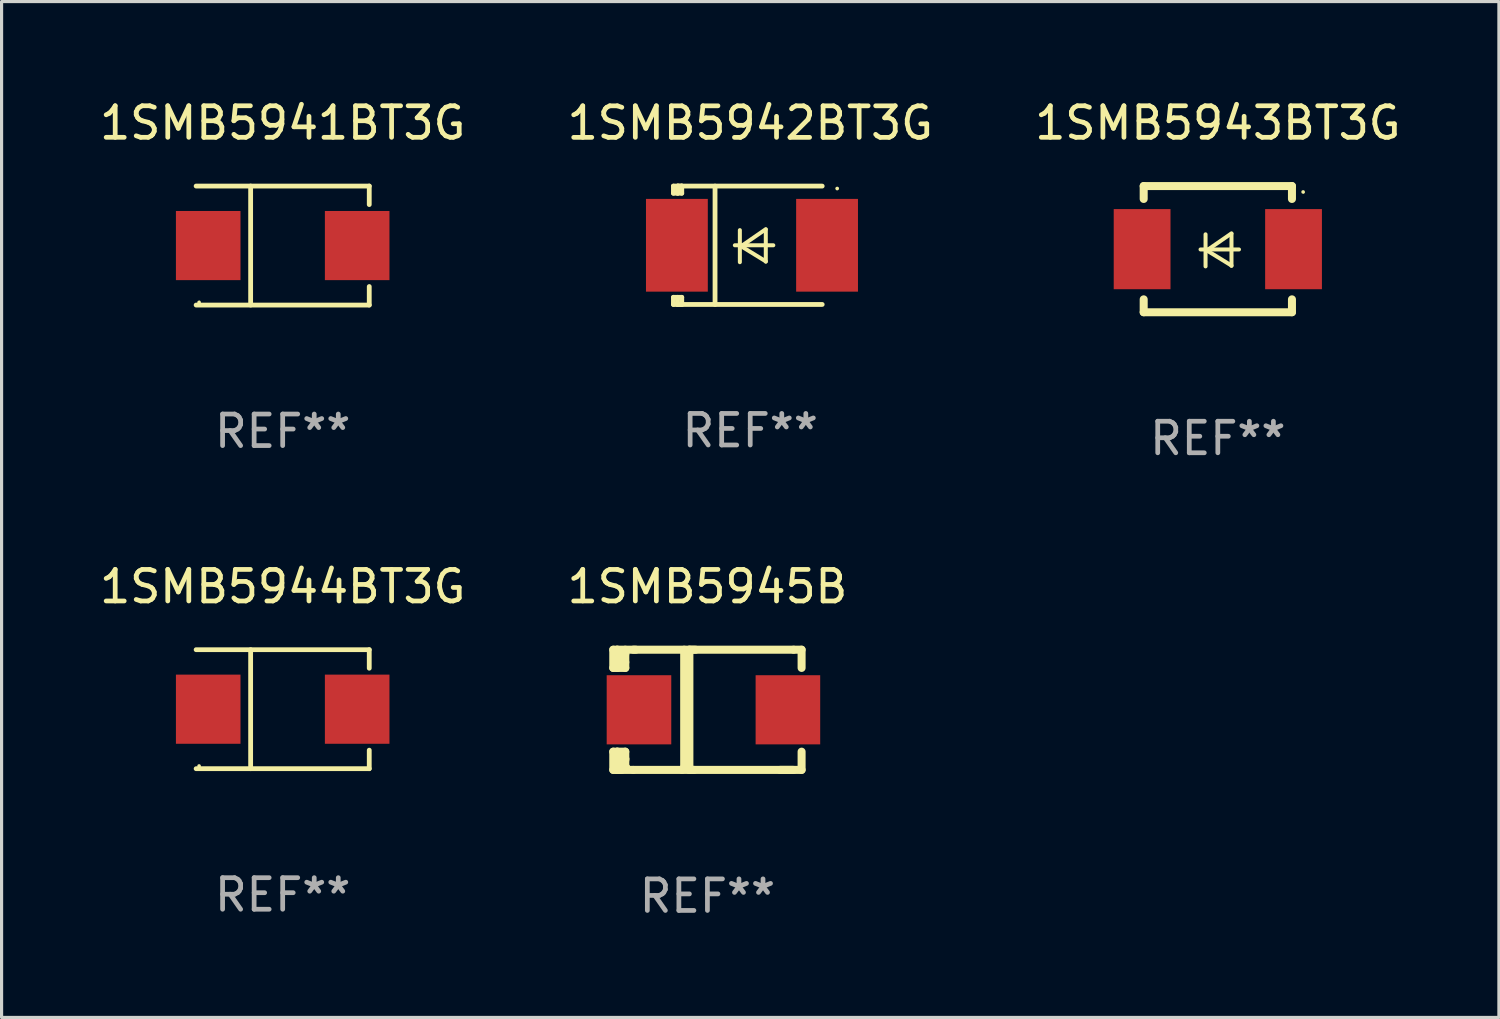
<source format=kicad_pcb>
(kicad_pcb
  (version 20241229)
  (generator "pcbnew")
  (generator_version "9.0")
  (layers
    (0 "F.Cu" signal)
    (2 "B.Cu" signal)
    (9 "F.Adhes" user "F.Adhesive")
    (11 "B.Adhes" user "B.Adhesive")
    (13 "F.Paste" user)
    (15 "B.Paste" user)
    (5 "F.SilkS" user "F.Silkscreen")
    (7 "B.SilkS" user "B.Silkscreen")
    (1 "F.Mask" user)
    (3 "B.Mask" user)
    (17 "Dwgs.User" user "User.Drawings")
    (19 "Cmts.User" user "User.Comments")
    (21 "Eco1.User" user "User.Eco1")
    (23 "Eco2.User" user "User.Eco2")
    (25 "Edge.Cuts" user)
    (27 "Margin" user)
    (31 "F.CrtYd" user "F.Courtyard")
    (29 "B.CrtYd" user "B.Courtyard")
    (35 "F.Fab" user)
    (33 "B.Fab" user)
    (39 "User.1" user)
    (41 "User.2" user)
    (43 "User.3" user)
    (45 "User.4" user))
  (footprint "1SMB5943BT3G"
    (layer "F.Cu")
    (at 35.554 4.848)
    (property "Reference" "1SMB5943BT3G" (at 0 -4 0) (layer "F.SilkS") (effects (font (size 1 1) (thickness 0.15))))
    (attr through_hole)
    (fp_line (start -2.35 -2) (end -2.35 -1.591) (stroke (width 0.254) (type solid)) (layer "F.SilkS"))
    (fp_line (start -2.35 -2) (end 2.35 -2) (stroke (width 0.254) (type solid)) (layer "F.SilkS"))
    (fp_line (start -2.35 1.591) (end -2.35 2) (stroke (width 0.254) (type solid)) (layer "F.SilkS"))
    (fp_line (start -2.35 2) (end 2.35 2) (stroke (width 0.254) (type solid)) (layer "F.SilkS"))
    (fp_line (start -0.548 0.01) (end 0.671 0.01) (stroke (width 0.127) (type solid)) (layer "F.SilkS"))
    (fp_line (start -0.389 -0.47) (end -0.389 0.546) (stroke (width 0.127) (type solid)) (layer "F.SilkS"))
    (fp_line (start -0.35 0.04) (end 0.433 0.52) (stroke (width 0.127) (type solid)) (layer "F.SilkS"))
    (fp_line (start 0.433 -0.5) (end -0.35 0.04) (stroke (width 0.127) (type solid)) (layer "F.SilkS"))
    (fp_line (start 0.433 0.53) (end 0.433 -0.486) (stroke (width 0.127) (type solid)) (layer "F.SilkS"))
    (fp_line (start 2.35 -2) (end 2.35 -1.591) (stroke (width 0.254) (type solid)) (layer "F.SilkS"))
    (fp_line (start 2.35 1.591) (end 2.35 2) (stroke (width 0.254) (type solid)) (layer "F.SilkS"))
    (fp_circle (center 2.704 -1.813) (end 2.734 -1.813) (stroke (width 0.06) (type solid)) (fill no) (layer "F.SilkS"))
    (fp_text user "REF**" (at 0 6 0) (layer "F.Fab") (effects (font (size 1 1) (thickness 0.15))))
    (pad "1" smd rect (at 2.4 0) (size 1.8 2.54) (layers "F.Cu" "F.Mask" "F.Paste"))
    (pad "2" smd rect (at -2.4 0) (size 1.8 2.54) (layers "F.Cu" "F.Mask" "F.Paste")))
  (footprint "1SMB5944BT3G"
    (layer "F.Cu")
    (at 5.911 19.431)
    (property "Reference" "1SMB5944BT3G" (at 0 -3.886 0) (layer "F.SilkS") (effects (font (size 1 1) (thickness 0.15))))
    (attr through_hole)
    (fp_line (start -2.744 -1.886) (end 2.744 -1.886) (stroke (width 0.152) (type solid)) (layer "F.SilkS"))
    (fp_line (start -2.744 1.886) (end 2.744 1.886) (stroke (width 0.152) (type solid)) (layer "F.SilkS"))
    (fp_line (start -1.016 -1.886) (end -1.016 1.886) (stroke (width 0.152) (type solid)) (layer "F.SilkS"))
    (fp_line (start 2.744 -1.886) (end 2.744 -1.299) (stroke (width 0.152) (type solid)) (layer "F.SilkS"))
    (fp_line (start 2.744 1.886) (end 2.744 1.299) (stroke (width 0.152) (type solid)) (layer "F.SilkS"))
    (fp_circle (center -2.65 1.8) (end -2.62 1.8) (stroke (width 0.06) (type solid)) (fill no) (layer "F.SilkS"))
    (fp_text user "REF**" (at 0 5.886 0) (layer "F.Fab") (effects (font (size 1 1) (thickness 0.15))))
    (pad "1" smd rect (at -2.361 0) (size 2.047 2.192) (layers "F.Cu" "F.Mask" "F.Paste"))
    (pad "2" smd rect (at 2.361 0) (size 2.047 2.192) (layers "F.Cu" "F.Mask" "F.Paste")))
  (footprint "1SMB5945B"
    (layer "F.Cu")
    (at 19.375 19.45)
    (property "Reference" "1SMB5945B" (at 0 -3.905 0) (layer "F.SilkS") (effects (font (size 1 1) (thickness 0.15))))
    (attr through_hole)
    (fp_line (start -2.985 -1.905) (end -2.985 -1.327) (stroke (width 0.254) (type solid)) (layer "F.SilkS"))
    (fp_line (start -2.985 -1.327) (end -2.858 -1.327) (stroke (width 0.254) (type solid)) (layer "F.SilkS"))
    (fp_line (start -2.985 1.327) (end -2.985 1.905) (stroke (width 0.254) (type solid)) (layer "F.SilkS"))
    (fp_line (start -2.985 1.905) (end -2.858 1.905) (stroke (width 0.254) (type solid)) (layer "F.SilkS"))
    (fp_line (start -2.858 -1.905) (end -2.985 -1.905) (stroke (width 0.254) (type solid)) (layer "F.SilkS"))
    (fp_line (start -2.858 -1.905) (end -2.271 -1.905) (stroke (width 0.254) (type solid)) (layer "F.SilkS"))
    (fp_line (start -2.858 -1.327) (end -2.858 -1.905) (stroke (width 0.254) (type solid)) (layer "F.SilkS"))
    (fp_line (start -2.858 -1.327) (end -2.604 -1.327) (stroke (width 0.254) (type solid)) (layer "F.SilkS"))
    (fp_line (start -2.858 1.327) (end -2.985 1.327) (stroke (width 0.254) (type solid)) (layer "F.SilkS"))
    (fp_line (start -2.858 1.327) (end -2.604 1.327) (stroke (width 0.254) (type solid)) (layer "F.SilkS"))
    (fp_line (start -2.858 1.549) (end -2.604 1.549) (stroke (width 0.254) (type solid)) (layer "F.SilkS"))
    (fp_line (start -2.858 1.905) (end -2.858 1.327) (stroke (width 0.254) (type solid)) (layer "F.SilkS"))
    (fp_line (start -2.806 -1.766) (end -2.858 -1.715) (stroke (width 0.254) (type solid)) (layer "F.SilkS"))
    (fp_line (start -2.796 -1.508) (end -2.858 -1.446) (stroke (width 0.254) (type solid)) (layer "F.SilkS"))
    (fp_line (start -2.776 1.778) (end -2.858 1.696) (stroke (width 0.254) (type solid)) (layer "F.SilkS"))
    (fp_line (start -2.716 1.905) (end -2.858 1.905) (stroke (width 0.254) (type solid)) (layer "F.SilkS"))
    (fp_line (start -2.683 -1.766) (end -2.683 -1.748) (stroke (width 0.254) (type solid)) (layer "F.SilkS"))
    (fp_line (start -2.683 -1.748) (end -2.858 -1.573) (stroke (width 0.254) (type solid)) (layer "F.SilkS"))
    (fp_line (start -2.604 -1.766) (end -2.806 -1.766) (stroke (width 0.254) (type solid)) (layer "F.SilkS"))
    (fp_line (start -2.604 -1.508) (end -2.796 -1.508) (stroke (width 0.254) (type solid)) (layer "F.SilkS"))
    (fp_line (start -2.604 -1.327) (end -2.604 -1.905) (stroke (width 0.254) (type solid)) (layer "F.SilkS"))
    (fp_line (start -2.604 1.327) (end -2.604 1.778) (stroke (width 0.254) (type solid)) (layer "F.SilkS"))
    (fp_line (start -2.604 1.596) (end -2.604 1.563) (stroke (width 0.254) (type solid)) (layer "F.SilkS"))
    (fp_line (start -2.604 1.778) (end -2.776 1.778) (stroke (width 0.254) (type solid)) (layer "F.SilkS"))
    (fp_line (start -2.35 1.905) (end -2.858 1.905) (stroke (width 0.254) (type solid)) (layer "F.SilkS"))
    (fp_line (start -2.35 1.905) (end 2.731 1.905) (stroke (width 0.254) (type solid)) (layer "F.SilkS"))
    (fp_line (start -0.737 -1.905) (end -0.737 1.834) (stroke (width 0.254) (type solid)) (layer "F.SilkS"))
    (fp_line (start -0.737 1.834) (end -0.807 1.905) (stroke (width 0.254) (type solid)) (layer "F.SilkS"))
    (fp_line (start -0.572 -1.905) (end -0.572 1.905) (stroke (width 0.254) (type solid)) (layer "F.SilkS"))
    (fp_line (start -0.572 1.905) (end -0.422 1.905) (stroke (width 0.254) (type solid)) (layer "F.SilkS"))
    (fp_line (start -0.376 -1.905) (end -0.572 -1.905) (stroke (width 0.254) (type solid)) (layer "F.SilkS"))
    (fp_line (start 2.731 -1.905) (end -2.35 -1.905) (stroke (width 0.254) (type solid)) (layer "F.SilkS"))
    (fp_line (start 2.731 -1.905) (end 2.985 -1.905) (stroke (width 0.254) (type solid)) (layer "F.SilkS"))
    (fp_line (start 2.985 -1.905) (end 2.985 -1.327) (stroke (width 0.254) (type solid)) (layer "F.SilkS"))
    (fp_line (start 2.985 1.327) (end 2.985 1.905) (stroke (width 0.254) (type solid)) (layer "F.SilkS"))
    (fp_line (start 2.985 1.905) (end 2.301 1.905) (stroke (width 0.254) (type solid)) (layer "F.SilkS"))
    (fp_circle (center -2.509 1.8) (end -2.479 1.8) (stroke (width 0.06) (type solid)) (fill no) (layer "F.SilkS"))
    (fp_text user "REF**" (at 0 5.905 0) (layer "F.Fab") (effects (font (size 1 1) (thickness 0.15))))
    (pad "1" smd rect (at -2.17 0) (size 2.047 2.192) (layers "F.Cu" "F.Mask" "F.Paste"))
    (pad "2" smd rect (at 2.551 0) (size 2.047 2.192) (layers "F.Cu" "F.Mask" "F.Paste")))
  (footprint "1SMB5942BT3G"
    (layer "F.Cu")
    (at 20.732 4.725)
    (property "Reference" "1SMB5942BT3G" (at 0 -3.876 0) (layer "F.SilkS") (effects (font (size 1 1) (thickness 0.15))))
    (attr through_hole)
    (fp_line (start -2.435 1.65) (end -2.171 1.65) (stroke (width 0.152) (type solid)) (layer "F.SilkS"))
    (fp_line (start -2.435 1.876) (end -2.435 1.65) (stroke (width 0.152) (type solid)) (layer "F.SilkS"))
    (fp_line (start -2.435 -1.876) (end -2.171 -1.876) (stroke (width 0.152) (type solid)) (layer "F.SilkS"))
    (fp_line (start -2.435 -1.65) (end -2.435 -1.876) (stroke (width 0.152) (type solid)) (layer "F.SilkS"))
    (fp_line (start -2.305 -1.866) (end -2.295 -1.876) (stroke (width 0.152) (type solid)) (layer "F.SilkS"))
    (fp_line (start -2.305 -1.65) (end -2.305 -1.866) (stroke (width 0.152) (type solid)) (layer "F.SilkS"))
    (fp_line (start -2.305 1.876) (end -2.305 1.65) (stroke (width 0.152) (type solid)) (layer "F.SilkS"))
    (fp_line (start -2.295 -1.876) (end -2.295 -1.65) (stroke (width 0.152) (type solid)) (layer "F.SilkS"))
    (fp_line (start -2.171 1.876) (end -2.435 1.876) (stroke (width 0.152) (type solid)) (layer "F.SilkS"))
    (fp_line (start -2.171 -1.65) (end -2.435 -1.65) (stroke (width 0.152) (type solid)) (layer "F.SilkS"))
    (fp_line (start -2.171 -1.876) (end -2.295 -1.876) (stroke (width 0.152) (type solid)) (layer "F.SilkS"))
    (fp_line (start -2.171 -1.65) (end -2.171 -1.876) (stroke (width 0.152) (type solid)) (layer "F.SilkS"))
    (fp_line (start -2.171 1.876) (end -2.305 1.876) (stroke (width 0.152) (type solid)) (layer "F.SilkS"))
    (fp_line (start -2.171 1.876) (end -2.171 1.65) (stroke (width 0.152) (type solid)) (layer "F.SilkS"))
    (fp_line (start -1.116 1.876) (end -1.116 -1.876) (stroke (width 0.152) (type solid)) (layer "F.SilkS"))
    (fp_line (start -0.488 0.000102) (end 0.731 0.000102) (stroke (width 0.127) (type solid)) (layer "F.SilkS"))
    (fp_line (start -0.329 -0.48) (end -0.329 0.536) (stroke (width 0.127) (type solid)) (layer "F.SilkS"))
    (fp_line (start -0.29 0.03) (end 0.493 0.51) (stroke (width 0.127) (type solid)) (layer "F.SilkS"))
    (fp_line (start 0.493 -0.51) (end -0.29 0.03) (stroke (width 0.127) (type solid)) (layer "F.SilkS"))
    (fp_line (start 0.493 0.52) (end 0.493 -0.496) (stroke (width 0.127) (type solid)) (layer "F.SilkS"))
    (fp_line (start 2.281 -1.876) (end -2.171 -1.876) (stroke (width 0.152) (type solid)) (layer "F.SilkS"))
    (fp_line (start 2.281 1.876) (end -2.171 1.876) (stroke (width 0.152) (type solid)) (layer "F.SilkS"))
    (fp_circle (center 2.755 -1.8) (end 2.785 -1.8) (stroke (width 0.06) (type solid)) (fill no) (layer "F.SilkS"))
    (fp_text user "REF**" (at 0 5.876 0) (layer "F.Fab") (effects (font (size 1 1) (thickness 0.15))))
    (pad "1" smd rect (at 2.435 -0.000025 180) (size 1.96 2.94) (layers "F.Cu" "F.Mask" "F.Paste"))
    (pad "2" smd rect (at -2.325 -0.000025 180) (size 1.96 2.94) (layers "F.Cu" "F.Mask" "F.Paste")))
  (footprint "1SMB5941BT3G"
    (layer "F.Cu")
    (at 5.911 4.734)
    (property "Reference" "1SMB5941BT3G" (at 0 -3.886 0) (layer "F.SilkS") (effects (font (size 1 1) (thickness 0.15))))
    (attr through_hole)
    (fp_line (start -2.744 -1.886) (end 2.744 -1.886) (stroke (width 0.152) (type solid)) (layer "F.SilkS"))
    (fp_line (start -2.744 1.886) (end 2.744 1.886) (stroke (width 0.152) (type solid)) (layer "F.SilkS"))
    (fp_line (start -1.016 -1.886) (end -1.016 1.886) (stroke (width 0.152) (type solid)) (layer "F.SilkS"))
    (fp_line (start 2.744 -1.886) (end 2.744 -1.299) (stroke (width 0.152) (type solid)) (layer "F.SilkS"))
    (fp_line (start 2.744 1.886) (end 2.744 1.299) (stroke (width 0.152) (type solid)) (layer "F.SilkS"))
    (fp_circle (center -2.65 1.8) (end -2.62 1.8) (stroke (width 0.06) (type solid)) (fill no) (layer "F.SilkS"))
    (fp_text user "REF**" (at 0 5.886 0) (layer "F.Fab") (effects (font (size 1 1) (thickness 0.15))))
    (pad "1" smd rect (at -2.361 0) (size 2.047 2.192) (layers "F.Cu" "F.Mask" "F.Paste"))
    (pad "2" smd rect (at 2.361 0) (size 2.047 2.192) (layers "F.Cu" "F.Mask" "F.Paste")))
  (gr_rect
    (start -3 -3)
    (end 44.464 29.203)
    (stroke (width 0.1) (type default))
    (fill no)
    (layer "Edge.Cuts")))
</source>
